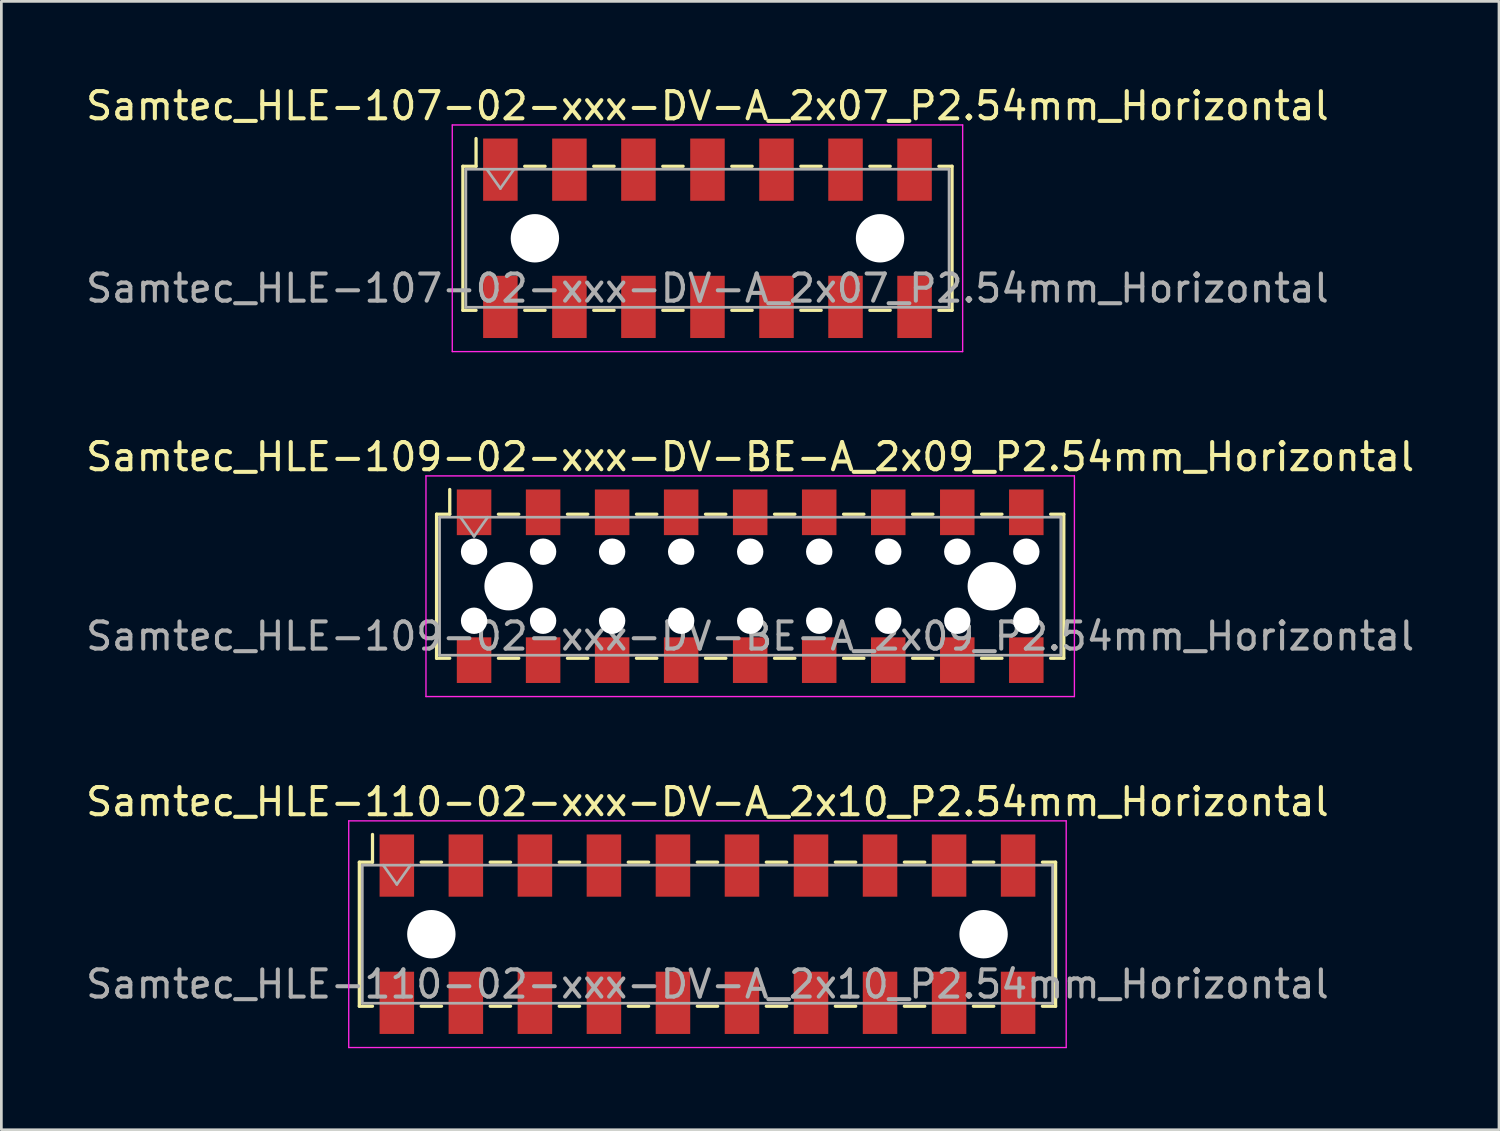
<source format=kicad_pcb>
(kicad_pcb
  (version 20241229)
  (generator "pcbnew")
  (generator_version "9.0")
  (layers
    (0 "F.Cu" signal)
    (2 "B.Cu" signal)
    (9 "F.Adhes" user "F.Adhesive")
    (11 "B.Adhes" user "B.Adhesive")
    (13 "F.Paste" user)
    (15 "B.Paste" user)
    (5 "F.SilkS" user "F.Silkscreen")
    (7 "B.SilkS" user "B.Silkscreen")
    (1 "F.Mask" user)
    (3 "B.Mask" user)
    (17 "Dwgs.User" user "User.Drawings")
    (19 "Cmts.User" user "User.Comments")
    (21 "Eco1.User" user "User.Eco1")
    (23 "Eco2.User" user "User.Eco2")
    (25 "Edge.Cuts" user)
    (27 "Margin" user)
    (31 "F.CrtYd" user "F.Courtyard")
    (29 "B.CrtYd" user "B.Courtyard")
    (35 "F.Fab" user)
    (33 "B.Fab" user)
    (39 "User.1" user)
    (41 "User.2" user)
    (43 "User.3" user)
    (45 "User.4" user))
  (footprint "Samtec_HLE-109-02-xxx-DV-BE-A_2x09_P2.54mm_Horizontal"
    (layer "F.Cu")
    (at 24.554 18.521)
    (property "Reference" "Samtec_HLE-109-02-xxx-DV-BE-A_2x09_P2.54mm_Horizontal" (at 0 -4.76 0) (layer "F.SilkS") (effects (font (size 1 1) (thickness 0.15))))
    (attr smd)
    (fp_line (start -11.54 -2.65) (end -11.54 2.65) (stroke (width 0.12) (type solid)) (layer "F.SilkS"))
    (fp_line (start -11.54 2.65) (end -11.055 2.65) (stroke (width 0.12) (type solid)) (layer "F.SilkS"))
    (fp_line (start -11.055 -3.56) (end -11.055 -2.65) (stroke (width 0.12) (type solid)) (layer "F.SilkS"))
    (fp_line (start -11.055 -2.65) (end -11.54 -2.65) (stroke (width 0.12) (type solid)) (layer "F.SilkS"))
    (fp_line (start -9.265 -2.65) (end -8.515 -2.65) (stroke (width 0.12) (type solid)) (layer "F.SilkS"))
    (fp_line (start -9.265 2.65) (end -8.515 2.65) (stroke (width 0.12) (type solid)) (layer "F.SilkS"))
    (fp_line (start -6.725 -2.65) (end -5.975 -2.65) (stroke (width 0.12) (type solid)) (layer "F.SilkS"))
    (fp_line (start -6.725 2.65) (end -5.975 2.65) (stroke (width 0.12) (type solid)) (layer "F.SilkS"))
    (fp_line (start -4.185 -2.65) (end -3.435 -2.65) (stroke (width 0.12) (type solid)) (layer "F.SilkS"))
    (fp_line (start -4.185 2.65) (end -3.435 2.65) (stroke (width 0.12) (type solid)) (layer "F.SilkS"))
    (fp_line (start -1.645 -2.65) (end -0.895 -2.65) (stroke (width 0.12) (type solid)) (layer "F.SilkS"))
    (fp_line (start -1.645 2.65) (end -0.895 2.65) (stroke (width 0.12) (type solid)) (layer "F.SilkS"))
    (fp_line (start 0.895 -2.65) (end 1.645 -2.65) (stroke (width 0.12) (type solid)) (layer "F.SilkS"))
    (fp_line (start 0.895 2.65) (end 1.645 2.65) (stroke (width 0.12) (type solid)) (layer "F.SilkS"))
    (fp_line (start 3.435 -2.65) (end 4.185 -2.65) (stroke (width 0.12) (type solid)) (layer "F.SilkS"))
    (fp_line (start 3.435 2.65) (end 4.185 2.65) (stroke (width 0.12) (type solid)) (layer "F.SilkS"))
    (fp_line (start 5.975 -2.65) (end 6.725 -2.65) (stroke (width 0.12) (type solid)) (layer "F.SilkS"))
    (fp_line (start 5.975 2.65) (end 6.725 2.65) (stroke (width 0.12) (type solid)) (layer "F.SilkS"))
    (fp_line (start 8.515 -2.65) (end 9.265 -2.65) (stroke (width 0.12) (type solid)) (layer "F.SilkS"))
    (fp_line (start 8.515 2.65) (end 9.265 2.65) (stroke (width 0.12) (type solid)) (layer "F.SilkS"))
    (fp_line (start 11.055 -2.65) (end 11.54 -2.65) (stroke (width 0.12) (type solid)) (layer "F.SilkS"))
    (fp_line (start 11.54 -2.65) (end 11.54 2.65) (stroke (width 0.12) (type solid)) (layer "F.SilkS"))
    (fp_line (start 11.54 2.65) (end 11.055 2.65) (stroke (width 0.12) (type solid)) (layer "F.SilkS"))
    (fp_line (start -11.93 -4.06) (end 11.93 -4.06) (stroke (width 0.05) (type solid)) (layer "F.CrtYd"))
    (fp_line (start -11.93 4.06) (end -11.93 -4.06) (stroke (width 0.05) (type solid)) (layer "F.CrtYd"))
    (fp_line (start 11.93 -4.06) (end 11.93 4.06) (stroke (width 0.05) (type solid)) (layer "F.CrtYd"))
    (fp_line (start 11.93 4.06) (end -11.93 4.06) (stroke (width 0.05) (type solid)) (layer "F.CrtYd"))
    (fp_line (start -11.43 -2.54) (end 11.43 -2.54) (stroke (width 0.1) (type solid)) (layer "F.Fab"))
    (fp_line (start -11.43 2.54) (end -11.43 -2.54) (stroke (width 0.1) (type solid)) (layer "F.Fab"))
    (fp_line (start -10.66 -2.54) (end -10.16 -1.833) (stroke (width 0.1) (type solid)) (layer "F.Fab"))
    (fp_line (start -10.16 -1.833) (end -9.66 -2.54) (stroke (width 0.1) (type solid)) (layer "F.Fab"))
    (fp_line (start 11.43 -2.54) (end 11.43 2.54) (stroke (width 0.1) (type solid)) (layer "F.Fab"))
    (fp_line (start 11.43 2.54) (end -11.43 2.54) (stroke (width 0.1) (type solid)) (layer "F.Fab"))
    (fp_text user "${REFERENCE}" (at 0 1.84 0) (layer "F.Fab") (effects (font (size 1 1) (thickness 0.15))))
    (pad "" np_thru_hole circle (at -10.16 -1.27) (size 0.97 0.97) (drill 0.97) (layers "*.Cu" "*.Mask"))
    (pad "" np_thru_hole circle (at -10.16 1.27) (size 0.97 0.97) (drill 0.97) (layers "*.Cu" "*.Mask"))
    (pad "" np_thru_hole circle (at -8.89 0) (size 1.78 1.78) (drill 1.78) (layers "*.Cu" "*.Mask"))
    (pad "" np_thru_hole circle (at -7.62 -1.27) (size 0.97 0.97) (drill 0.97) (layers "*.Cu" "*.Mask"))
    (pad "" np_thru_hole circle (at -7.62 1.27) (size 0.97 0.97) (drill 0.97) (layers "*.Cu" "*.Mask"))
    (pad "" np_thru_hole circle (at -5.08 -1.27) (size 0.97 0.97) (drill 0.97) (layers "*.Cu" "*.Mask"))
    (pad "" np_thru_hole circle (at -5.08 1.27) (size 0.97 0.97) (drill 0.97) (layers "*.Cu" "*.Mask"))
    (pad "" np_thru_hole circle (at -2.54 -1.27) (size 0.97 0.97) (drill 0.97) (layers "*.Cu" "*.Mask"))
    (pad "" np_thru_hole circle (at -2.54 1.27) (size 0.97 0.97) (drill 0.97) (layers "*.Cu" "*.Mask"))
    (pad "" np_thru_hole circle (at 0 -1.27) (size 0.97 0.97) (drill 0.97) (layers "*.Cu" "*.Mask"))
    (pad "" np_thru_hole circle (at 0 1.27) (size 0.97 0.97) (drill 0.97) (layers "*.Cu" "*.Mask"))
    (pad "" np_thru_hole circle (at 2.54 -1.27) (size 0.97 0.97) (drill 0.97) (layers "*.Cu" "*.Mask"))
    (pad "" np_thru_hole circle (at 2.54 1.27) (size 0.97 0.97) (drill 0.97) (layers "*.Cu" "*.Mask"))
    (pad "" np_thru_hole circle (at 5.08 -1.27) (size 0.97 0.97) (drill 0.97) (layers "*.Cu" "*.Mask"))
    (pad "" np_thru_hole circle (at 5.08 1.27) (size 0.97 0.97) (drill 0.97) (layers "*.Cu" "*.Mask"))
    (pad "" np_thru_hole circle (at 7.62 -1.27) (size 0.97 0.97) (drill 0.97) (layers "*.Cu" "*.Mask"))
    (pad "" np_thru_hole circle (at 7.62 1.27) (size 0.97 0.97) (drill 0.97) (layers "*.Cu" "*.Mask"))
    (pad "" np_thru_hole circle (at 8.89 0) (size 1.78 1.78) (drill 1.78) (layers "*.Cu" "*.Mask"))
    (pad "" np_thru_hole circle (at 10.16 -1.27) (size 0.97 0.97) (drill 0.97) (layers "*.Cu" "*.Mask"))
    (pad "" np_thru_hole circle (at 10.16 1.27) (size 0.97 0.97) (drill 0.97) (layers "*.Cu" "*.Mask"))
    (pad "1" smd rect (at -10.16 -2.72) (size 1.27 1.68) (layers "F.Cu" "F.Mask" "F.Paste"))
    (pad "2" smd rect (at -10.16 2.72) (size 1.27 1.68) (layers "F.Cu" "F.Mask" "F.Paste"))
    (pad "3" smd rect (at -7.62 -2.72) (size 1.27 1.68) (layers "F.Cu" "F.Mask" "F.Paste"))
    (pad "4" smd rect (at -7.62 2.72) (size 1.27 1.68) (layers "F.Cu" "F.Mask" "F.Paste"))
    (pad "5" smd rect (at -5.08 -2.72) (size 1.27 1.68) (layers "F.Cu" "F.Mask" "F.Paste"))
    (pad "6" smd rect (at -5.08 2.72) (size 1.27 1.68) (layers "F.Cu" "F.Mask" "F.Paste"))
    (pad "7" smd rect (at -2.54 -2.72) (size 1.27 1.68) (layers "F.Cu" "F.Mask" "F.Paste"))
    (pad "8" smd rect (at -2.54 2.72) (size 1.27 1.68) (layers "F.Cu" "F.Mask" "F.Paste"))
    (pad "9" smd rect (at 0 -2.72) (size 1.27 1.68) (layers "F.Cu" "F.Mask" "F.Paste"))
    (pad "10" smd rect (at 0 2.72) (size 1.27 1.68) (layers "F.Cu" "F.Mask" "F.Paste"))
    (pad "11" smd rect (at 2.54 -2.72) (size 1.27 1.68) (layers "F.Cu" "F.Mask" "F.Paste"))
    (pad "12" smd rect (at 2.54 2.72) (size 1.27 1.68) (layers "F.Cu" "F.Mask" "F.Paste"))
    (pad "13" smd rect (at 5.08 -2.72) (size 1.27 1.68) (layers "F.Cu" "F.Mask" "F.Paste"))
    (pad "14" smd rect (at 5.08 2.72) (size 1.27 1.68) (layers "F.Cu" "F.Mask" "F.Paste"))
    (pad "15" smd rect (at 7.62 -2.72) (size 1.27 1.68) (layers "F.Cu" "F.Mask" "F.Paste"))
    (pad "16" smd rect (at 7.62 2.72) (size 1.27 1.68) (layers "F.Cu" "F.Mask" "F.Paste"))
    (pad "17" smd rect (at 10.16 -2.72) (size 1.27 1.68) (layers "F.Cu" "F.Mask" "F.Paste"))
    (pad "18" smd rect (at 10.16 2.72) (size 1.27 1.68) (layers "F.Cu" "F.Mask" "F.Paste")))
  (footprint "Samtec_HLE-107-02-xxx-DV-A_2x07_P2.54mm_Horizontal"
    (layer "F.Cu")
    (at 22.982 5.718)
    (property "Reference" "Samtec_HLE-107-02-xxx-DV-A_2x07_P2.54mm_Horizontal" (at 0 -4.87 0) (layer "F.SilkS") (effects (font (size 1 1) (thickness 0.15))))
    (attr smd)
    (fp_line (start -9 -2.65) (end -9 2.65) (stroke (width 0.12) (type solid)) (layer "F.SilkS"))
    (fp_line (start -9 2.65) (end -8.515 2.65) (stroke (width 0.12) (type solid)) (layer "F.SilkS"))
    (fp_line (start -8.515 -3.67) (end -8.515 -2.65) (stroke (width 0.12) (type solid)) (layer "F.SilkS"))
    (fp_line (start -8.515 -2.65) (end -9 -2.65) (stroke (width 0.12) (type solid)) (layer "F.SilkS"))
    (fp_line (start -6.725 -2.65) (end -5.975 -2.65) (stroke (width 0.12) (type solid)) (layer "F.SilkS"))
    (fp_line (start -6.725 2.65) (end -5.975 2.65) (stroke (width 0.12) (type solid)) (layer "F.SilkS"))
    (fp_line (start -4.185 -2.65) (end -3.435 -2.65) (stroke (width 0.12) (type solid)) (layer "F.SilkS"))
    (fp_line (start -4.185 2.65) (end -3.435 2.65) (stroke (width 0.12) (type solid)) (layer "F.SilkS"))
    (fp_line (start -1.645 -2.65) (end -0.895 -2.65) (stroke (width 0.12) (type solid)) (layer "F.SilkS"))
    (fp_line (start -1.645 2.65) (end -0.895 2.65) (stroke (width 0.12) (type solid)) (layer "F.SilkS"))
    (fp_line (start 0.895 -2.65) (end 1.645 -2.65) (stroke (width 0.12) (type solid)) (layer "F.SilkS"))
    (fp_line (start 0.895 2.65) (end 1.645 2.65) (stroke (width 0.12) (type solid)) (layer "F.SilkS"))
    (fp_line (start 3.435 -2.65) (end 4.185 -2.65) (stroke (width 0.12) (type solid)) (layer "F.SilkS"))
    (fp_line (start 3.435 2.65) (end 4.185 2.65) (stroke (width 0.12) (type solid)) (layer "F.SilkS"))
    (fp_line (start 5.975 -2.65) (end 6.725 -2.65) (stroke (width 0.12) (type solid)) (layer "F.SilkS"))
    (fp_line (start 5.975 2.65) (end 6.725 2.65) (stroke (width 0.12) (type solid)) (layer "F.SilkS"))
    (fp_line (start 8.515 -2.65) (end 9 -2.65) (stroke (width 0.12) (type solid)) (layer "F.SilkS"))
    (fp_line (start 9 -2.65) (end 9 2.65) (stroke (width 0.12) (type solid)) (layer "F.SilkS"))
    (fp_line (start 9 2.65) (end 8.515 2.65) (stroke (width 0.12) (type solid)) (layer "F.SilkS"))
    (fp_line (start -9.39 -4.17) (end 9.39 -4.17) (stroke (width 0.05) (type solid)) (layer "F.CrtYd"))
    (fp_line (start -9.39 4.17) (end -9.39 -4.17) (stroke (width 0.05) (type solid)) (layer "F.CrtYd"))
    (fp_line (start 9.39 -4.17) (end 9.39 4.17) (stroke (width 0.05) (type solid)) (layer "F.CrtYd"))
    (fp_line (start 9.39 4.17) (end -9.39 4.17) (stroke (width 0.05) (type solid)) (layer "F.CrtYd"))
    (fp_line (start -8.89 -2.54) (end 8.89 -2.54) (stroke (width 0.1) (type solid)) (layer "F.Fab"))
    (fp_line (start -8.89 2.54) (end -8.89 -2.54) (stroke (width 0.1) (type solid)) (layer "F.Fab"))
    (fp_line (start -8.12 -2.54) (end -7.62 -1.833) (stroke (width 0.1) (type solid)) (layer "F.Fab"))
    (fp_line (start -7.62 -1.833) (end -7.12 -2.54) (stroke (width 0.1) (type solid)) (layer "F.Fab"))
    (fp_line (start 8.89 -2.54) (end 8.89 2.54) (stroke (width 0.1) (type solid)) (layer "F.Fab"))
    (fp_line (start 8.89 2.54) (end -8.89 2.54) (stroke (width 0.1) (type solid)) (layer "F.Fab"))
    (fp_text user "${REFERENCE}" (at 0 1.84 0) (layer "F.Fab") (effects (font (size 1 1) (thickness 0.15))))
    (pad "" np_thru_hole circle (at -6.35 0) (size 1.78 1.78) (drill 1.78) (layers "*.Cu" "*.Mask"))
    (pad "" np_thru_hole circle (at 6.35 0) (size 1.78 1.78) (drill 1.78) (layers "*.Cu" "*.Mask"))
    (pad "1" smd rect (at -7.62 -2.525) (size 1.27 2.29) (layers "F.Cu" "F.Mask" "F.Paste"))
    (pad "2" smd rect (at -7.62 2.525) (size 1.27 2.29) (layers "F.Cu" "F.Mask" "F.Paste"))
    (pad "3" smd rect (at -5.08 -2.525) (size 1.27 2.29) (layers "F.Cu" "F.Mask" "F.Paste"))
    (pad "4" smd rect (at -5.08 2.525) (size 1.27 2.29) (layers "F.Cu" "F.Mask" "F.Paste"))
    (pad "5" smd rect (at -2.54 -2.525) (size 1.27 2.29) (layers "F.Cu" "F.Mask" "F.Paste"))
    (pad "6" smd rect (at -2.54 2.525) (size 1.27 2.29) (layers "F.Cu" "F.Mask" "F.Paste"))
    (pad "7" smd rect (at 0 -2.525) (size 1.27 2.29) (layers "F.Cu" "F.Mask" "F.Paste"))
    (pad "8" smd rect (at 0 2.525) (size 1.27 2.29) (layers "F.Cu" "F.Mask" "F.Paste"))
    (pad "9" smd rect (at 2.54 -2.525) (size 1.27 2.29) (layers "F.Cu" "F.Mask" "F.Paste"))
    (pad "10" smd rect (at 2.54 2.525) (size 1.27 2.29) (layers "F.Cu" "F.Mask" "F.Paste"))
    (pad "11" smd rect (at 5.08 -2.525) (size 1.27 2.29) (layers "F.Cu" "F.Mask" "F.Paste"))
    (pad "12" smd rect (at 5.08 2.525) (size 1.27 2.29) (layers "F.Cu" "F.Mask" "F.Paste"))
    (pad "13" smd rect (at 7.62 -2.525) (size 1.27 2.29) (layers "F.Cu" "F.Mask" "F.Paste"))
    (pad "14" smd rect (at 7.62 2.525) (size 1.27 2.29) (layers "F.Cu" "F.Mask" "F.Paste")))
  (footprint "Samtec_HLE-110-02-xxx-DV-A_2x10_P2.54mm_Horizontal"
    (layer "F.Cu")
    (at 22.982 31.325)
    (property "Reference" "Samtec_HLE-110-02-xxx-DV-A_2x10_P2.54mm_Horizontal" (at 0 -4.87 0) (layer "F.SilkS") (effects (font (size 1 1) (thickness 0.15))))
    (attr smd)
    (fp_line (start -12.81 -2.65) (end -12.81 2.65) (stroke (width 0.12) (type solid)) (layer "F.SilkS"))
    (fp_line (start -12.81 2.65) (end -12.325 2.65) (stroke (width 0.12) (type solid)) (layer "F.SilkS"))
    (fp_line (start -12.325 -3.67) (end -12.325 -2.65) (stroke (width 0.12) (type solid)) (layer "F.SilkS"))
    (fp_line (start -12.325 -2.65) (end -12.81 -2.65) (stroke (width 0.12) (type solid)) (layer "F.SilkS"))
    (fp_line (start -10.535 -2.65) (end -9.785 -2.65) (stroke (width 0.12) (type solid)) (layer "F.SilkS"))
    (fp_line (start -10.535 2.65) (end -9.785 2.65) (stroke (width 0.12) (type solid)) (layer "F.SilkS"))
    (fp_line (start -7.995 -2.65) (end -7.245 -2.65) (stroke (width 0.12) (type solid)) (layer "F.SilkS"))
    (fp_line (start -7.995 2.65) (end -7.245 2.65) (stroke (width 0.12) (type solid)) (layer "F.SilkS"))
    (fp_line (start -5.455 -2.65) (end -4.705 -2.65) (stroke (width 0.12) (type solid)) (layer "F.SilkS"))
    (fp_line (start -5.455 2.65) (end -4.705 2.65) (stroke (width 0.12) (type solid)) (layer "F.SilkS"))
    (fp_line (start -2.915 -2.65) (end -2.165 -2.65) (stroke (width 0.12) (type solid)) (layer "F.SilkS"))
    (fp_line (start -2.915 2.65) (end -2.165 2.65) (stroke (width 0.12) (type solid)) (layer "F.SilkS"))
    (fp_line (start -0.375 -2.65) (end 0.375 -2.65) (stroke (width 0.12) (type solid)) (layer "F.SilkS"))
    (fp_line (start -0.375 2.65) (end 0.375 2.65) (stroke (width 0.12) (type solid)) (layer "F.SilkS"))
    (fp_line (start 2.165 -2.65) (end 2.915 -2.65) (stroke (width 0.12) (type solid)) (layer "F.SilkS"))
    (fp_line (start 2.165 2.65) (end 2.915 2.65) (stroke (width 0.12) (type solid)) (layer "F.SilkS"))
    (fp_line (start 4.705 -2.65) (end 5.455 -2.65) (stroke (width 0.12) (type solid)) (layer "F.SilkS"))
    (fp_line (start 4.705 2.65) (end 5.455 2.65) (stroke (width 0.12) (type solid)) (layer "F.SilkS"))
    (fp_line (start 7.245 -2.65) (end 7.995 -2.65) (stroke (width 0.12) (type solid)) (layer "F.SilkS"))
    (fp_line (start 7.245 2.65) (end 7.995 2.65) (stroke (width 0.12) (type solid)) (layer "F.SilkS"))
    (fp_line (start 9.785 -2.65) (end 10.535 -2.65) (stroke (width 0.12) (type solid)) (layer "F.SilkS"))
    (fp_line (start 9.785 2.65) (end 10.535 2.65) (stroke (width 0.12) (type solid)) (layer "F.SilkS"))
    (fp_line (start 12.325 -2.65) (end 12.81 -2.65) (stroke (width 0.12) (type solid)) (layer "F.SilkS"))
    (fp_line (start 12.81 -2.65) (end 12.81 2.65) (stroke (width 0.12) (type solid)) (layer "F.SilkS"))
    (fp_line (start 12.81 2.65) (end 12.325 2.65) (stroke (width 0.12) (type solid)) (layer "F.SilkS"))
    (fp_line (start -13.2 -4.17) (end 13.2 -4.17) (stroke (width 0.05) (type solid)) (layer "F.CrtYd"))
    (fp_line (start -13.2 4.17) (end -13.2 -4.17) (stroke (width 0.05) (type solid)) (layer "F.CrtYd"))
    (fp_line (start 13.2 -4.17) (end 13.2 4.17) (stroke (width 0.05) (type solid)) (layer "F.CrtYd"))
    (fp_line (start 13.2 4.17) (end -13.2 4.17) (stroke (width 0.05) (type solid)) (layer "F.CrtYd"))
    (fp_line (start -12.7 -2.54) (end 12.7 -2.54) (stroke (width 0.1) (type solid)) (layer "F.Fab"))
    (fp_line (start -12.7 2.54) (end -12.7 -2.54) (stroke (width 0.1) (type solid)) (layer "F.Fab"))
    (fp_line (start -11.93 -2.54) (end -11.43 -1.833) (stroke (width 0.1) (type solid)) (layer "F.Fab"))
    (fp_line (start -11.43 -1.833) (end -10.93 -2.54) (stroke (width 0.1) (type solid)) (layer "F.Fab"))
    (fp_line (start 12.7 -2.54) (end 12.7 2.54) (stroke (width 0.1) (type solid)) (layer "F.Fab"))
    (fp_line (start 12.7 2.54) (end -12.7 2.54) (stroke (width 0.1) (type solid)) (layer "F.Fab"))
    (fp_text user "${REFERENCE}" (at 0 1.84 0) (layer "F.Fab") (effects (font (size 1 1) (thickness 0.15))))
    (pad "" np_thru_hole circle (at -10.16 0) (size 1.78 1.78) (drill 1.78) (layers "*.Cu" "*.Mask"))
    (pad "" np_thru_hole circle (at 10.16 0) (size 1.78 1.78) (drill 1.78) (layers "*.Cu" "*.Mask"))
    (pad "1" smd rect (at -11.43 -2.525) (size 1.27 2.29) (layers "F.Cu" "F.Mask" "F.Paste"))
    (pad "2" smd rect (at -11.43 2.525) (size 1.27 2.29) (layers "F.Cu" "F.Mask" "F.Paste"))
    (pad "3" smd rect (at -8.89 -2.525) (size 1.27 2.29) (layers "F.Cu" "F.Mask" "F.Paste"))
    (pad "4" smd rect (at -8.89 2.525) (size 1.27 2.29) (layers "F.Cu" "F.Mask" "F.Paste"))
    (pad "5" smd rect (at -6.35 -2.525) (size 1.27 2.29) (layers "F.Cu" "F.Mask" "F.Paste"))
    (pad "6" smd rect (at -6.35 2.525) (size 1.27 2.29) (layers "F.Cu" "F.Mask" "F.Paste"))
    (pad "7" smd rect (at -3.81 -2.525) (size 1.27 2.29) (layers "F.Cu" "F.Mask" "F.Paste"))
    (pad "8" smd rect (at -3.81 2.525) (size 1.27 2.29) (layers "F.Cu" "F.Mask" "F.Paste"))
    (pad "9" smd rect (at -1.27 -2.525) (size 1.27 2.29) (layers "F.Cu" "F.Mask" "F.Paste"))
    (pad "10" smd rect (at -1.27 2.525) (size 1.27 2.29) (layers "F.Cu" "F.Mask" "F.Paste"))
    (pad "11" smd rect (at 1.27 -2.525) (size 1.27 2.29) (layers "F.Cu" "F.Mask" "F.Paste"))
    (pad "12" smd rect (at 1.27 2.525) (size 1.27 2.29) (layers "F.Cu" "F.Mask" "F.Paste"))
    (pad "13" smd rect (at 3.81 -2.525) (size 1.27 2.29) (layers "F.Cu" "F.Mask" "F.Paste"))
    (pad "14" smd rect (at 3.81 2.525) (size 1.27 2.29) (layers "F.Cu" "F.Mask" "F.Paste"))
    (pad "15" smd rect (at 6.35 -2.525) (size 1.27 2.29) (layers "F.Cu" "F.Mask" "F.Paste"))
    (pad "16" smd rect (at 6.35 2.525) (size 1.27 2.29) (layers "F.Cu" "F.Mask" "F.Paste"))
    (pad "17" smd rect (at 8.89 -2.525) (size 1.27 2.29) (layers "F.Cu" "F.Mask" "F.Paste"))
    (pad "18" smd rect (at 8.89 2.525) (size 1.27 2.29) (layers "F.Cu" "F.Mask" "F.Paste"))
    (pad "19" smd rect (at 11.43 -2.525) (size 1.27 2.29) (layers "F.Cu" "F.Mask" "F.Paste"))
    (pad "20" smd rect (at 11.43 2.525) (size 1.27 2.29) (layers "F.Cu" "F.Mask" "F.Paste")))
  (gr_rect
    (start -3 -3)
    (end 52.107 38.52)
    (stroke (width 0.1) (type default))
    (fill no)
    (layer "Edge.Cuts")))
</source>
